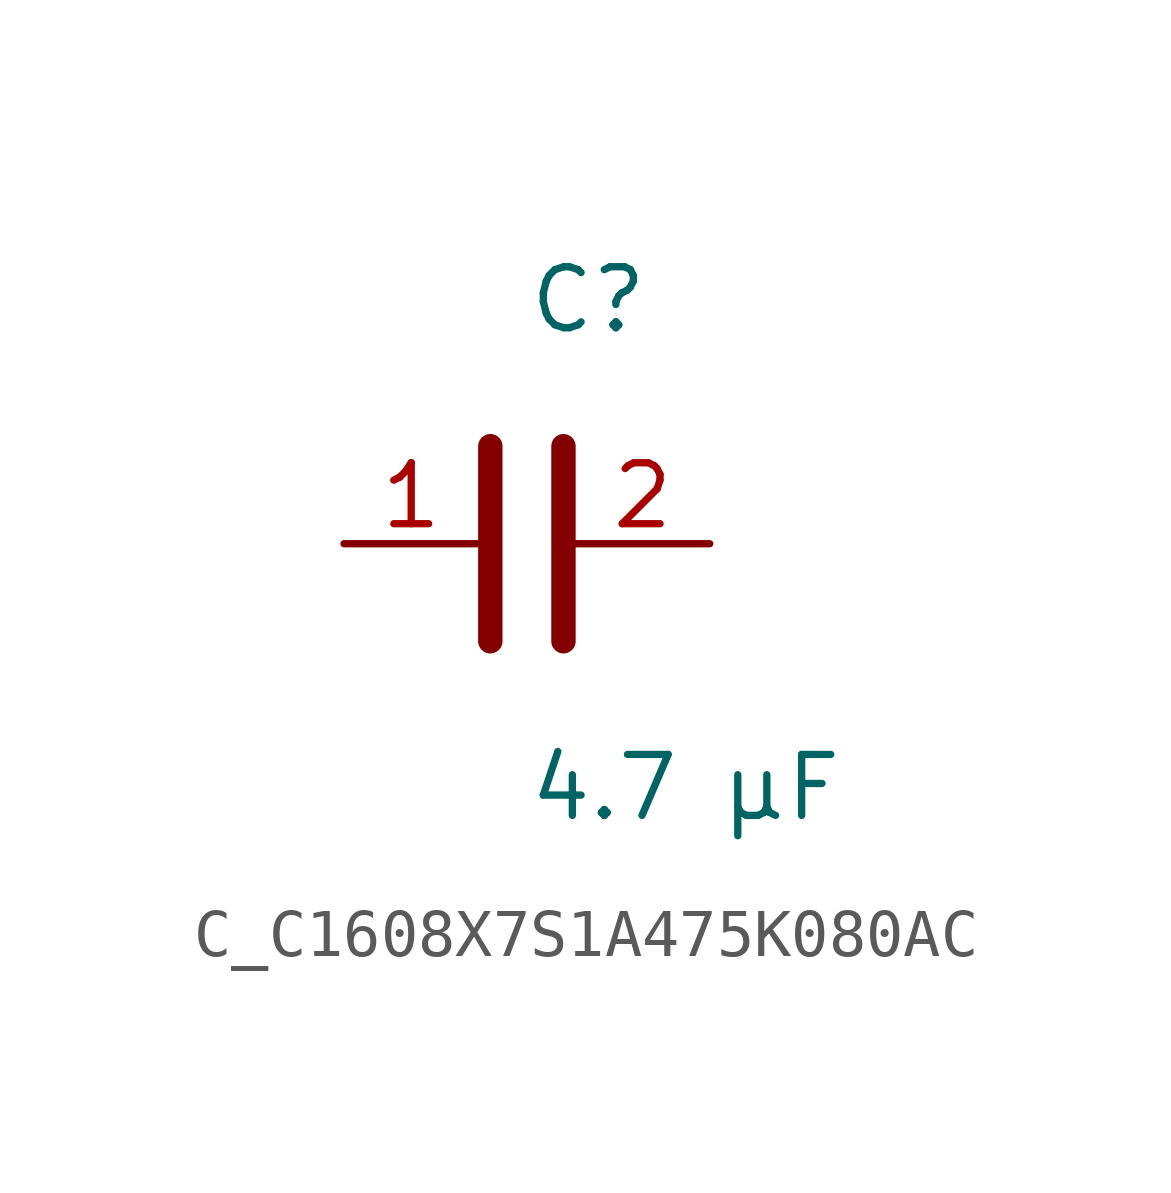
<source format=kicad_sym>
(kicad_symbol_lib
  (version 20231120)
  (generator kicad_symbol_editor)
  (generator_version 8.0)
  (symbol "C_C1608X7S1A475K080AC"
    (pin_names
      (offset 0.254))
    (property "Reference" "C"
      (at 0.0 5.08 0)
      (effects (font (size 1.27 1.27)) (justify left)))
    (property "Value" "4.7 µF"
      (at 0.0 -5.08 0)
      (effects (font (size 1.27 1.27)) (justify left)))
    (symbol "C_C1608X7S1A475K080AC_0_1"
      (polyline (pts (xy -0.762 -2.032) (xy -0.762 2.032)) (stroke (width 0.508) (type default)) (fill (type none)))
      (polyline (pts (xy 0.762 -2.032) (xy 0.762 2.032)) (stroke (width 0.508) (type default)) (fill (type none))))
    (pin unspecified line
      (at -3.81 0 0)
      (length 2.8)
      (name "" (effects (font (size 1.27 1.27))))
      (number "1" (effects (font (size 1.27 1.27)))))
    (pin unspecified line
      (at 3.81 0 180)
      (length 2.8)
      (name "" (effects (font (size 1.27 1.27))))
      (number "2" (effects (font (size 1.27 1.27)))))))
</source>
